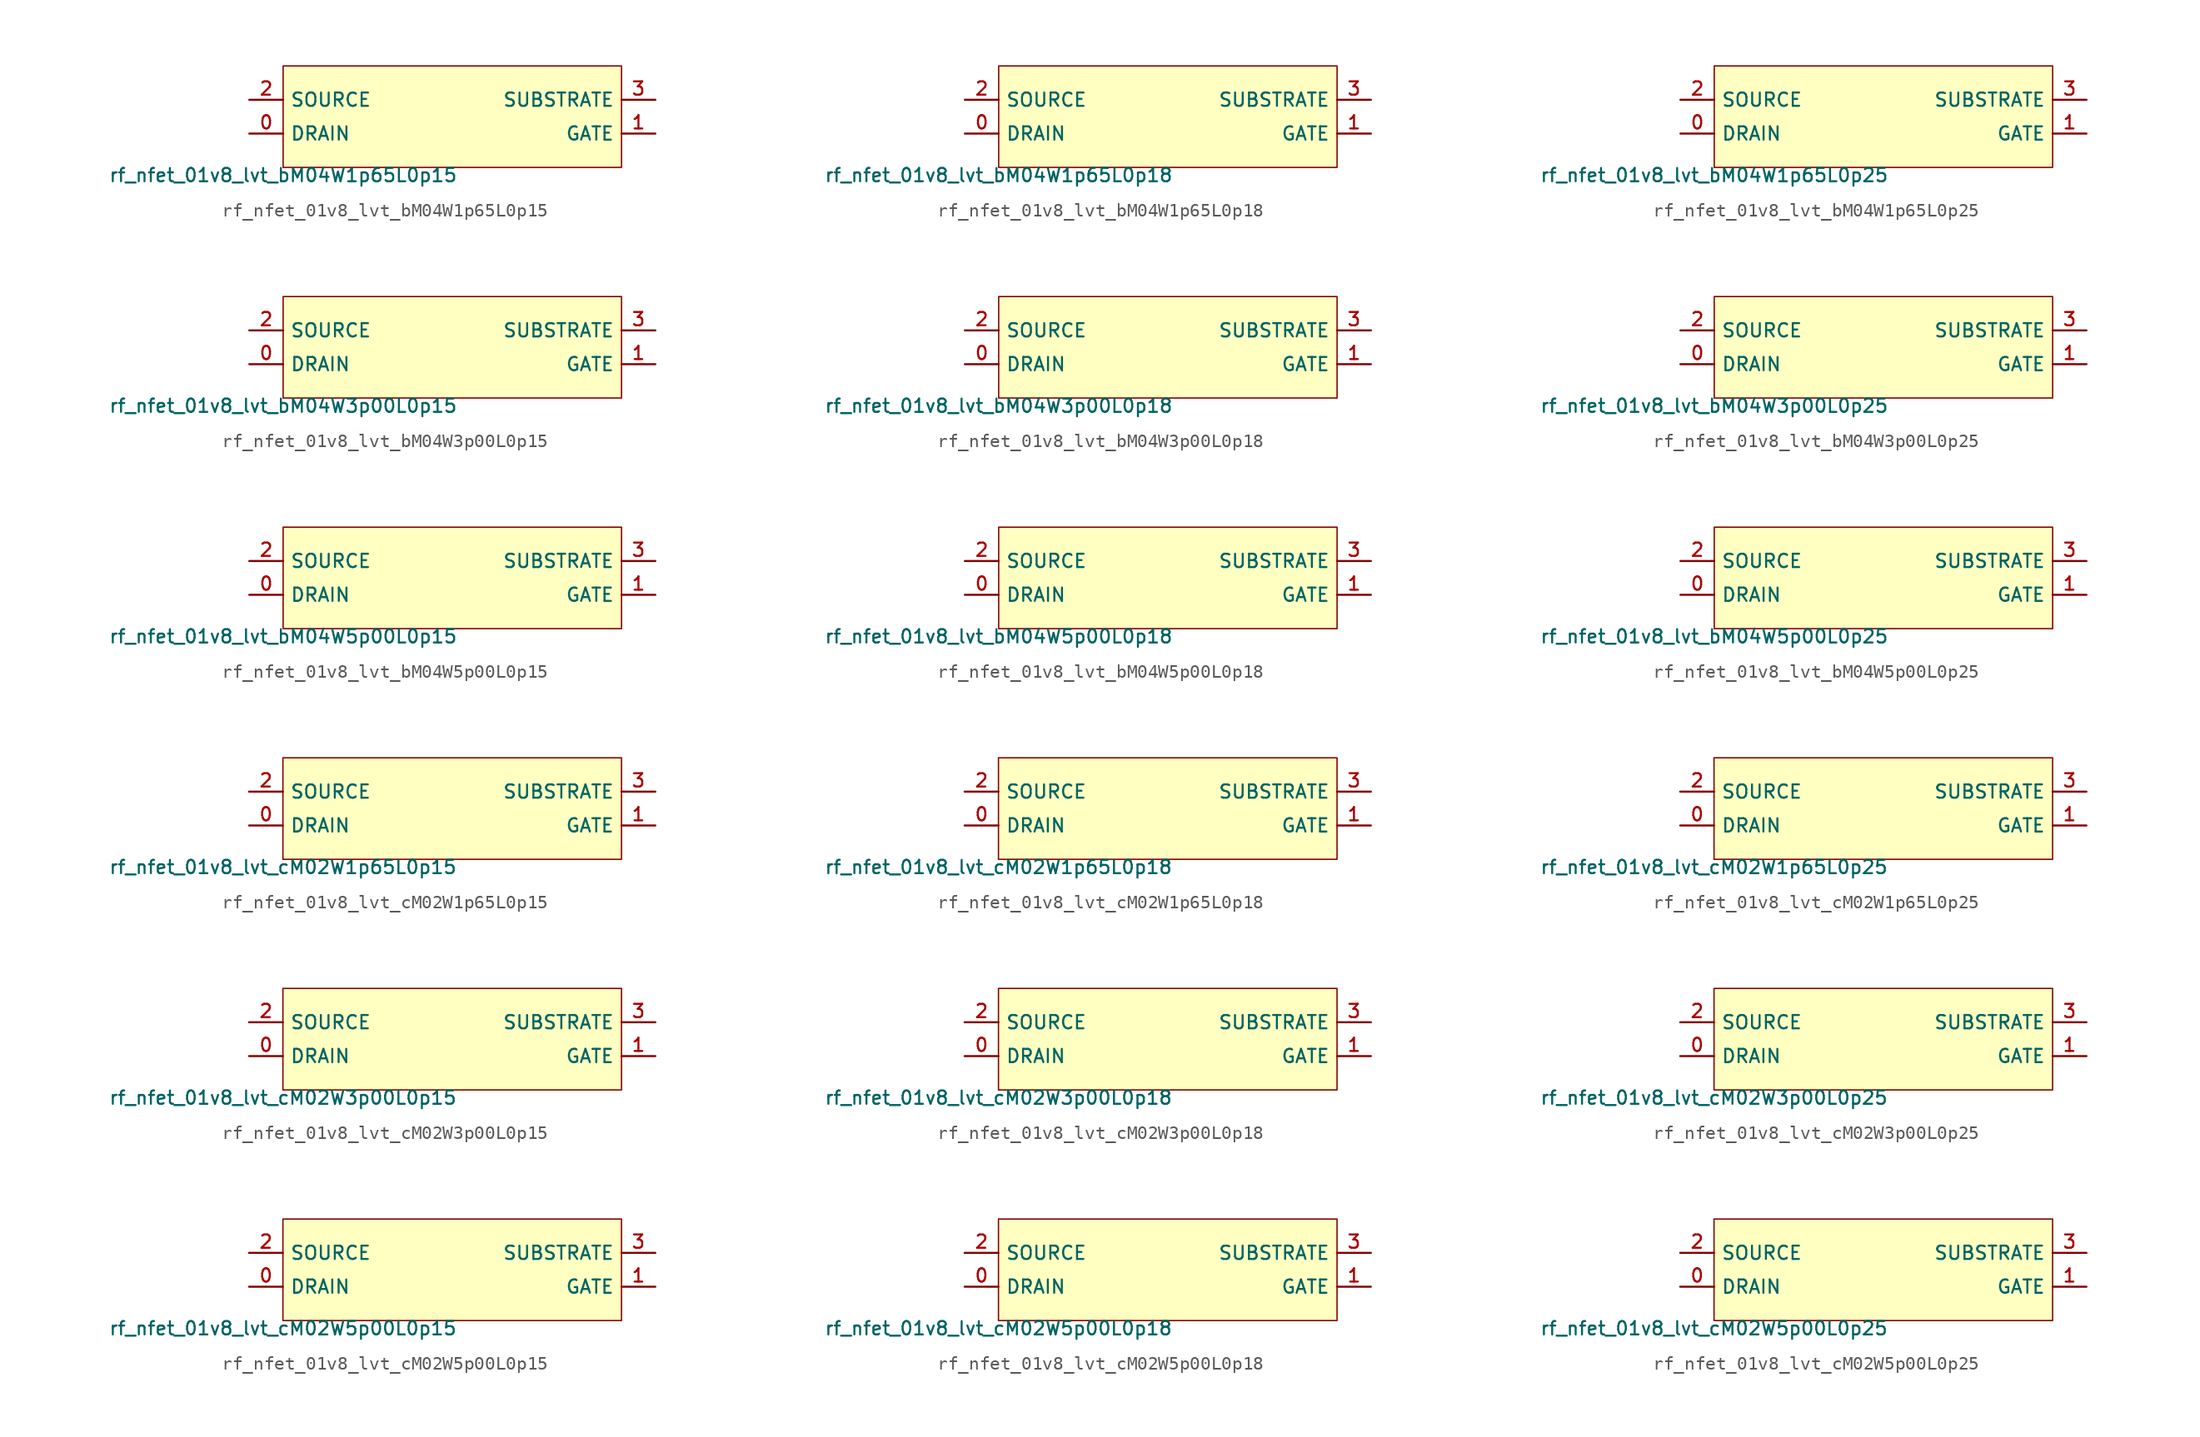
<source format=kicad_sym>
(kicad_symbol_lib
  (version 20211014)
  (generator pdk2kicad)
  (symbol "rf_nfet_01v8_lvt_bM04W1p65L0p15"
    (property "Reference" "X"
      (at 0 0 0)
      (effects (font (size 1 1)) hide))
    (property "Value" "rf_nfet_01v8_lvt_bM04W1p65L0p15"
      (at -12.7 -3.81 0)
      (effects (font (size 1 1)) (justify top)))
    (rectangle
      (start -12.7 -3.81)
      (end 12.7 3.81)
      (stroke (width 0.1) (type solid) (color 0 0 0 0))
      (fill (type background)))
    (pin bidirectional line
      (at -15.24 -1.27 0)
      (length 2.54)
      (name "DRAIN" (effects (font (size 1 1)) hide))
      (number "0" (effects (font (size 1 1)) hide)))
    (pin bidirectional line
      (at 15.24 -1.27 180)
      (length 2.54)
      (name "GATE" (effects (font (size 1 1)) hide))
      (number "1" (effects (font (size 1 1)) hide)))
    (pin bidirectional line
      (at -15.24 1.27 0)
      (length 2.54)
      (name "SOURCE" (effects (font (size 1 1)) hide))
      (number "2" (effects (font (size 1 1)) hide)))
    (pin bidirectional line
      (at 15.24 1.27 180)
      (length 2.54)
      (name "SUBSTRATE" (effects (font (size 1 1)) hide))
      (number "3" (effects (font (size 1 1)) hide))))
  (symbol "rf_nfet_01v8_lvt_bM04W1p65L0p18"
    (property "Reference" "X"
      (at 0 0 0)
      (effects (font (size 1 1)) hide))
    (property "Value" "rf_nfet_01v8_lvt_bM04W1p65L0p18"
      (at -12.7 -3.81 0)
      (effects (font (size 1 1)) (justify top)))
    (rectangle
      (start -12.7 -3.81)
      (end 12.7 3.81)
      (stroke (width 0.1) (type solid) (color 0 0 0 0))
      (fill (type background)))
    (pin bidirectional line
      (at -15.24 -1.27 0)
      (length 2.54)
      (name "DRAIN" (effects (font (size 1 1)) hide))
      (number "0" (effects (font (size 1 1)) hide)))
    (pin bidirectional line
      (at 15.24 -1.27 180)
      (length 2.54)
      (name "GATE" (effects (font (size 1 1)) hide))
      (number "1" (effects (font (size 1 1)) hide)))
    (pin bidirectional line
      (at -15.24 1.27 0)
      (length 2.54)
      (name "SOURCE" (effects (font (size 1 1)) hide))
      (number "2" (effects (font (size 1 1)) hide)))
    (pin bidirectional line
      (at 15.24 1.27 180)
      (length 2.54)
      (name "SUBSTRATE" (effects (font (size 1 1)) hide))
      (number "3" (effects (font (size 1 1)) hide))))
  (symbol "rf_nfet_01v8_lvt_bM04W1p65L0p25"
    (property "Reference" "X"
      (at 0 0 0)
      (effects (font (size 1 1)) hide))
    (property "Value" "rf_nfet_01v8_lvt_bM04W1p65L0p25"
      (at -12.7 -3.81 0)
      (effects (font (size 1 1)) (justify top)))
    (rectangle
      (start -12.7 -3.81)
      (end 12.7 3.81)
      (stroke (width 0.1) (type solid) (color 0 0 0 0))
      (fill (type background)))
    (pin bidirectional line
      (at -15.24 -1.27 0)
      (length 2.54)
      (name "DRAIN" (effects (font (size 1 1)) hide))
      (number "0" (effects (font (size 1 1)) hide)))
    (pin bidirectional line
      (at 15.24 -1.27 180)
      (length 2.54)
      (name "GATE" (effects (font (size 1 1)) hide))
      (number "1" (effects (font (size 1 1)) hide)))
    (pin bidirectional line
      (at -15.24 1.27 0)
      (length 2.54)
      (name "SOURCE" (effects (font (size 1 1)) hide))
      (number "2" (effects (font (size 1 1)) hide)))
    (pin bidirectional line
      (at 15.24 1.27 180)
      (length 2.54)
      (name "SUBSTRATE" (effects (font (size 1 1)) hide))
      (number "3" (effects (font (size 1 1)) hide))))
  (symbol "rf_nfet_01v8_lvt_bM04W3p00L0p15"
    (property "Reference" "X"
      (at 0 0 0)
      (effects (font (size 1 1)) hide))
    (property "Value" "rf_nfet_01v8_lvt_bM04W3p00L0p15"
      (at -12.7 -3.81 0)
      (effects (font (size 1 1)) (justify top)))
    (rectangle
      (start -12.7 -3.81)
      (end 12.7 3.81)
      (stroke (width 0.1) (type solid) (color 0 0 0 0))
      (fill (type background)))
    (pin bidirectional line
      (at -15.24 -1.27 0)
      (length 2.54)
      (name "DRAIN" (effects (font (size 1 1)) hide))
      (number "0" (effects (font (size 1 1)) hide)))
    (pin bidirectional line
      (at 15.24 -1.27 180)
      (length 2.54)
      (name "GATE" (effects (font (size 1 1)) hide))
      (number "1" (effects (font (size 1 1)) hide)))
    (pin bidirectional line
      (at -15.24 1.27 0)
      (length 2.54)
      (name "SOURCE" (effects (font (size 1 1)) hide))
      (number "2" (effects (font (size 1 1)) hide)))
    (pin bidirectional line
      (at 15.24 1.27 180)
      (length 2.54)
      (name "SUBSTRATE" (effects (font (size 1 1)) hide))
      (number "3" (effects (font (size 1 1)) hide))))
  (symbol "rf_nfet_01v8_lvt_bM04W3p00L0p18"
    (property "Reference" "X"
      (at 0 0 0)
      (effects (font (size 1 1)) hide))
    (property "Value" "rf_nfet_01v8_lvt_bM04W3p00L0p18"
      (at -12.7 -3.81 0)
      (effects (font (size 1 1)) (justify top)))
    (rectangle
      (start -12.7 -3.81)
      (end 12.7 3.81)
      (stroke (width 0.1) (type solid) (color 0 0 0 0))
      (fill (type background)))
    (pin bidirectional line
      (at -15.24 -1.27 0)
      (length 2.54)
      (name "DRAIN" (effects (font (size 1 1)) hide))
      (number "0" (effects (font (size 1 1)) hide)))
    (pin bidirectional line
      (at 15.24 -1.27 180)
      (length 2.54)
      (name "GATE" (effects (font (size 1 1)) hide))
      (number "1" (effects (font (size 1 1)) hide)))
    (pin bidirectional line
      (at -15.24 1.27 0)
      (length 2.54)
      (name "SOURCE" (effects (font (size 1 1)) hide))
      (number "2" (effects (font (size 1 1)) hide)))
    (pin bidirectional line
      (at 15.24 1.27 180)
      (length 2.54)
      (name "SUBSTRATE" (effects (font (size 1 1)) hide))
      (number "3" (effects (font (size 1 1)) hide))))
  (symbol "rf_nfet_01v8_lvt_bM04W3p00L0p25"
    (property "Reference" "X"
      (at 0 0 0)
      (effects (font (size 1 1)) hide))
    (property "Value" "rf_nfet_01v8_lvt_bM04W3p00L0p25"
      (at -12.7 -3.81 0)
      (effects (font (size 1 1)) (justify top)))
    (rectangle
      (start -12.7 -3.81)
      (end 12.7 3.81)
      (stroke (width 0.1) (type solid) (color 0 0 0 0))
      (fill (type background)))
    (pin bidirectional line
      (at -15.24 -1.27 0)
      (length 2.54)
      (name "DRAIN" (effects (font (size 1 1)) hide))
      (number "0" (effects (font (size 1 1)) hide)))
    (pin bidirectional line
      (at 15.24 -1.27 180)
      (length 2.54)
      (name "GATE" (effects (font (size 1 1)) hide))
      (number "1" (effects (font (size 1 1)) hide)))
    (pin bidirectional line
      (at -15.24 1.27 0)
      (length 2.54)
      (name "SOURCE" (effects (font (size 1 1)) hide))
      (number "2" (effects (font (size 1 1)) hide)))
    (pin bidirectional line
      (at 15.24 1.27 180)
      (length 2.54)
      (name "SUBSTRATE" (effects (font (size 1 1)) hide))
      (number "3" (effects (font (size 1 1)) hide))))
  (symbol "rf_nfet_01v8_lvt_bM04W5p00L0p15"
    (property "Reference" "X"
      (at 0 0 0)
      (effects (font (size 1 1)) hide))
    (property "Value" "rf_nfet_01v8_lvt_bM04W5p00L0p15"
      (at -12.7 -3.81 0)
      (effects (font (size 1 1)) (justify top)))
    (rectangle
      (start -12.7 -3.81)
      (end 12.7 3.81)
      (stroke (width 0.1) (type solid) (color 0 0 0 0))
      (fill (type background)))
    (pin bidirectional line
      (at -15.24 -1.27 0)
      (length 2.54)
      (name "DRAIN" (effects (font (size 1 1)) hide))
      (number "0" (effects (font (size 1 1)) hide)))
    (pin bidirectional line
      (at 15.24 -1.27 180)
      (length 2.54)
      (name "GATE" (effects (font (size 1 1)) hide))
      (number "1" (effects (font (size 1 1)) hide)))
    (pin bidirectional line
      (at -15.24 1.27 0)
      (length 2.54)
      (name "SOURCE" (effects (font (size 1 1)) hide))
      (number "2" (effects (font (size 1 1)) hide)))
    (pin bidirectional line
      (at 15.24 1.27 180)
      (length 2.54)
      (name "SUBSTRATE" (effects (font (size 1 1)) hide))
      (number "3" (effects (font (size 1 1)) hide))))
  (symbol "rf_nfet_01v8_lvt_bM04W5p00L0p18"
    (property "Reference" "X"
      (at 0 0 0)
      (effects (font (size 1 1)) hide))
    (property "Value" "rf_nfet_01v8_lvt_bM04W5p00L0p18"
      (at -12.7 -3.81 0)
      (effects (font (size 1 1)) (justify top)))
    (rectangle
      (start -12.7 -3.81)
      (end 12.7 3.81)
      (stroke (width 0.1) (type solid) (color 0 0 0 0))
      (fill (type background)))
    (pin bidirectional line
      (at -15.24 -1.27 0)
      (length 2.54)
      (name "DRAIN" (effects (font (size 1 1)) hide))
      (number "0" (effects (font (size 1 1)) hide)))
    (pin bidirectional line
      (at 15.24 -1.27 180)
      (length 2.54)
      (name "GATE" (effects (font (size 1 1)) hide))
      (number "1" (effects (font (size 1 1)) hide)))
    (pin bidirectional line
      (at -15.24 1.27 0)
      (length 2.54)
      (name "SOURCE" (effects (font (size 1 1)) hide))
      (number "2" (effects (font (size 1 1)) hide)))
    (pin bidirectional line
      (at 15.24 1.27 180)
      (length 2.54)
      (name "SUBSTRATE" (effects (font (size 1 1)) hide))
      (number "3" (effects (font (size 1 1)) hide))))
  (symbol "rf_nfet_01v8_lvt_bM04W5p00L0p25"
    (property "Reference" "X"
      (at 0 0 0)
      (effects (font (size 1 1)) hide))
    (property "Value" "rf_nfet_01v8_lvt_bM04W5p00L0p25"
      (at -12.7 -3.81 0)
      (effects (font (size 1 1)) (justify top)))
    (rectangle
      (start -12.7 -3.81)
      (end 12.7 3.81)
      (stroke (width 0.1) (type solid) (color 0 0 0 0))
      (fill (type background)))
    (pin bidirectional line
      (at -15.24 -1.27 0)
      (length 2.54)
      (name "DRAIN" (effects (font (size 1 1)) hide))
      (number "0" (effects (font (size 1 1)) hide)))
    (pin bidirectional line
      (at 15.24 -1.27 180)
      (length 2.54)
      (name "GATE" (effects (font (size 1 1)) hide))
      (number "1" (effects (font (size 1 1)) hide)))
    (pin bidirectional line
      (at -15.24 1.27 0)
      (length 2.54)
      (name "SOURCE" (effects (font (size 1 1)) hide))
      (number "2" (effects (font (size 1 1)) hide)))
    (pin bidirectional line
      (at 15.24 1.27 180)
      (length 2.54)
      (name "SUBSTRATE" (effects (font (size 1 1)) hide))
      (number "3" (effects (font (size 1 1)) hide))))
  (symbol "rf_nfet_01v8_lvt_cM02W1p65L0p15"
    (property "Reference" "X"
      (at 0 0 0)
      (effects (font (size 1 1)) hide))
    (property "Value" "rf_nfet_01v8_lvt_cM02W1p65L0p15"
      (at -12.7 -3.81 0)
      (effects (font (size 1 1)) (justify top)))
    (rectangle
      (start -12.7 -3.81)
      (end 12.7 3.81)
      (stroke (width 0.1) (type solid) (color 0 0 0 0))
      (fill (type background)))
    (pin bidirectional line
      (at -15.24 -1.27 0)
      (length 2.54)
      (name "DRAIN" (effects (font (size 1 1)) hide))
      (number "0" (effects (font (size 1 1)) hide)))
    (pin bidirectional line
      (at 15.24 -1.27 180)
      (length 2.54)
      (name "GATE" (effects (font (size 1 1)) hide))
      (number "1" (effects (font (size 1 1)) hide)))
    (pin bidirectional line
      (at -15.24 1.27 0)
      (length 2.54)
      (name "SOURCE" (effects (font (size 1 1)) hide))
      (number "2" (effects (font (size 1 1)) hide)))
    (pin bidirectional line
      (at 15.24 1.27 180)
      (length 2.54)
      (name "SUBSTRATE" (effects (font (size 1 1)) hide))
      (number "3" (effects (font (size 1 1)) hide))))
  (symbol "rf_nfet_01v8_lvt_cM02W1p65L0p18"
    (property "Reference" "X"
      (at 0 0 0)
      (effects (font (size 1 1)) hide))
    (property "Value" "rf_nfet_01v8_lvt_cM02W1p65L0p18"
      (at -12.7 -3.81 0)
      (effects (font (size 1 1)) (justify top)))
    (rectangle
      (start -12.7 -3.81)
      (end 12.7 3.81)
      (stroke (width 0.1) (type solid) (color 0 0 0 0))
      (fill (type background)))
    (pin bidirectional line
      (at -15.24 -1.27 0)
      (length 2.54)
      (name "DRAIN" (effects (font (size 1 1)) hide))
      (number "0" (effects (font (size 1 1)) hide)))
    (pin bidirectional line
      (at 15.24 -1.27 180)
      (length 2.54)
      (name "GATE" (effects (font (size 1 1)) hide))
      (number "1" (effects (font (size 1 1)) hide)))
    (pin bidirectional line
      (at -15.24 1.27 0)
      (length 2.54)
      (name "SOURCE" (effects (font (size 1 1)) hide))
      (number "2" (effects (font (size 1 1)) hide)))
    (pin bidirectional line
      (at 15.24 1.27 180)
      (length 2.54)
      (name "SUBSTRATE" (effects (font (size 1 1)) hide))
      (number "3" (effects (font (size 1 1)) hide))))
  (symbol "rf_nfet_01v8_lvt_cM02W1p65L0p25"
    (property "Reference" "X"
      (at 0 0 0)
      (effects (font (size 1 1)) hide))
    (property "Value" "rf_nfet_01v8_lvt_cM02W1p65L0p25"
      (at -12.7 -3.81 0)
      (effects (font (size 1 1)) (justify top)))
    (rectangle
      (start -12.7 -3.81)
      (end 12.7 3.81)
      (stroke (width 0.1) (type solid) (color 0 0 0 0))
      (fill (type background)))
    (pin bidirectional line
      (at -15.24 -1.27 0)
      (length 2.54)
      (name "DRAIN" (effects (font (size 1 1)) hide))
      (number "0" (effects (font (size 1 1)) hide)))
    (pin bidirectional line
      (at 15.24 -1.27 180)
      (length 2.54)
      (name "GATE" (effects (font (size 1 1)) hide))
      (number "1" (effects (font (size 1 1)) hide)))
    (pin bidirectional line
      (at -15.24 1.27 0)
      (length 2.54)
      (name "SOURCE" (effects (font (size 1 1)) hide))
      (number "2" (effects (font (size 1 1)) hide)))
    (pin bidirectional line
      (at 15.24 1.27 180)
      (length 2.54)
      (name "SUBSTRATE" (effects (font (size 1 1)) hide))
      (number "3" (effects (font (size 1 1)) hide))))
  (symbol "rf_nfet_01v8_lvt_cM02W3p00L0p15"
    (property "Reference" "X"
      (at 0 0 0)
      (effects (font (size 1 1)) hide))
    (property "Value" "rf_nfet_01v8_lvt_cM02W3p00L0p15"
      (at -12.7 -3.81 0)
      (effects (font (size 1 1)) (justify top)))
    (rectangle
      (start -12.7 -3.81)
      (end 12.7 3.81)
      (stroke (width 0.1) (type solid) (color 0 0 0 0))
      (fill (type background)))
    (pin bidirectional line
      (at -15.24 -1.27 0)
      (length 2.54)
      (name "DRAIN" (effects (font (size 1 1)) hide))
      (number "0" (effects (font (size 1 1)) hide)))
    (pin bidirectional line
      (at 15.24 -1.27 180)
      (length 2.54)
      (name "GATE" (effects (font (size 1 1)) hide))
      (number "1" (effects (font (size 1 1)) hide)))
    (pin bidirectional line
      (at -15.24 1.27 0)
      (length 2.54)
      (name "SOURCE" (effects (font (size 1 1)) hide))
      (number "2" (effects (font (size 1 1)) hide)))
    (pin bidirectional line
      (at 15.24 1.27 180)
      (length 2.54)
      (name "SUBSTRATE" (effects (font (size 1 1)) hide))
      (number "3" (effects (font (size 1 1)) hide))))
  (symbol "rf_nfet_01v8_lvt_cM02W3p00L0p18"
    (property "Reference" "X"
      (at 0 0 0)
      (effects (font (size 1 1)) hide))
    (property "Value" "rf_nfet_01v8_lvt_cM02W3p00L0p18"
      (at -12.7 -3.81 0)
      (effects (font (size 1 1)) (justify top)))
    (rectangle
      (start -12.7 -3.81)
      (end 12.7 3.81)
      (stroke (width 0.1) (type solid) (color 0 0 0 0))
      (fill (type background)))
    (pin bidirectional line
      (at -15.24 -1.27 0)
      (length 2.54)
      (name "DRAIN" (effects (font (size 1 1)) hide))
      (number "0" (effects (font (size 1 1)) hide)))
    (pin bidirectional line
      (at 15.24 -1.27 180)
      (length 2.54)
      (name "GATE" (effects (font (size 1 1)) hide))
      (number "1" (effects (font (size 1 1)) hide)))
    (pin bidirectional line
      (at -15.24 1.27 0)
      (length 2.54)
      (name "SOURCE" (effects (font (size 1 1)) hide))
      (number "2" (effects (font (size 1 1)) hide)))
    (pin bidirectional line
      (at 15.24 1.27 180)
      (length 2.54)
      (name "SUBSTRATE" (effects (font (size 1 1)) hide))
      (number "3" (effects (font (size 1 1)) hide))))
  (symbol "rf_nfet_01v8_lvt_cM02W3p00L0p25"
    (property "Reference" "X"
      (at 0 0 0)
      (effects (font (size 1 1)) hide))
    (property "Value" "rf_nfet_01v8_lvt_cM02W3p00L0p25"
      (at -12.7 -3.81 0)
      (effects (font (size 1 1)) (justify top)))
    (rectangle
      (start -12.7 -3.81)
      (end 12.7 3.81)
      (stroke (width 0.1) (type solid) (color 0 0 0 0))
      (fill (type background)))
    (pin bidirectional line
      (at -15.24 -1.27 0)
      (length 2.54)
      (name "DRAIN" (effects (font (size 1 1)) hide))
      (number "0" (effects (font (size 1 1)) hide)))
    (pin bidirectional line
      (at 15.24 -1.27 180)
      (length 2.54)
      (name "GATE" (effects (font (size 1 1)) hide))
      (number "1" (effects (font (size 1 1)) hide)))
    (pin bidirectional line
      (at -15.24 1.27 0)
      (length 2.54)
      (name "SOURCE" (effects (font (size 1 1)) hide))
      (number "2" (effects (font (size 1 1)) hide)))
    (pin bidirectional line
      (at 15.24 1.27 180)
      (length 2.54)
      (name "SUBSTRATE" (effects (font (size 1 1)) hide))
      (number "3" (effects (font (size 1 1)) hide))))
  (symbol "rf_nfet_01v8_lvt_cM02W5p00L0p15"
    (property "Reference" "X"
      (at 0 0 0)
      (effects (font (size 1 1)) hide))
    (property "Value" "rf_nfet_01v8_lvt_cM02W5p00L0p15"
      (at -12.7 -3.81 0)
      (effects (font (size 1 1)) (justify top)))
    (rectangle
      (start -12.7 -3.81)
      (end 12.7 3.81)
      (stroke (width 0.1) (type solid) (color 0 0 0 0))
      (fill (type background)))
    (pin bidirectional line
      (at -15.24 -1.27 0)
      (length 2.54)
      (name "DRAIN" (effects (font (size 1 1)) hide))
      (number "0" (effects (font (size 1 1)) hide)))
    (pin bidirectional line
      (at 15.24 -1.27 180)
      (length 2.54)
      (name "GATE" (effects (font (size 1 1)) hide))
      (number "1" (effects (font (size 1 1)) hide)))
    (pin bidirectional line
      (at -15.24 1.27 0)
      (length 2.54)
      (name "SOURCE" (effects (font (size 1 1)) hide))
      (number "2" (effects (font (size 1 1)) hide)))
    (pin bidirectional line
      (at 15.24 1.27 180)
      (length 2.54)
      (name "SUBSTRATE" (effects (font (size 1 1)) hide))
      (number "3" (effects (font (size 1 1)) hide))))
  (symbol "rf_nfet_01v8_lvt_cM02W5p00L0p18"
    (property "Reference" "X"
      (at 0 0 0)
      (effects (font (size 1 1)) hide))
    (property "Value" "rf_nfet_01v8_lvt_cM02W5p00L0p18"
      (at -12.7 -3.81 0)
      (effects (font (size 1 1)) (justify top)))
    (rectangle
      (start -12.7 -3.81)
      (end 12.7 3.81)
      (stroke (width 0.1) (type solid) (color 0 0 0 0))
      (fill (type background)))
    (pin bidirectional line
      (at -15.24 -1.27 0)
      (length 2.54)
      (name "DRAIN" (effects (font (size 1 1)) hide))
      (number "0" (effects (font (size 1 1)) hide)))
    (pin bidirectional line
      (at 15.24 -1.27 180)
      (length 2.54)
      (name "GATE" (effects (font (size 1 1)) hide))
      (number "1" (effects (font (size 1 1)) hide)))
    (pin bidirectional line
      (at -15.24 1.27 0)
      (length 2.54)
      (name "SOURCE" (effects (font (size 1 1)) hide))
      (number "2" (effects (font (size 1 1)) hide)))
    (pin bidirectional line
      (at 15.24 1.27 180)
      (length 2.54)
      (name "SUBSTRATE" (effects (font (size 1 1)) hide))
      (number "3" (effects (font (size 1 1)) hide))))
  (symbol "rf_nfet_01v8_lvt_cM02W5p00L0p25"
    (property "Reference" "X"
      (at 0 0 0)
      (effects (font (size 1 1)) hide))
    (property "Value" "rf_nfet_01v8_lvt_cM02W5p00L0p25"
      (at -12.7 -3.81 0)
      (effects (font (size 1 1)) (justify top)))
    (rectangle
      (start -12.7 -3.81)
      (end 12.7 3.81)
      (stroke (width 0.1) (type solid) (color 0 0 0 0))
      (fill (type background)))
    (pin bidirectional line
      (at -15.24 -1.27 0)
      (length 2.54)
      (name "DRAIN" (effects (font (size 1 1)) hide))
      (number "0" (effects (font (size 1 1)) hide)))
    (pin bidirectional line
      (at 15.24 -1.27 180)
      (length 2.54)
      (name "GATE" (effects (font (size 1 1)) hide))
      (number "1" (effects (font (size 1 1)) hide)))
    (pin bidirectional line
      (at -15.24 1.27 0)
      (length 2.54)
      (name "SOURCE" (effects (font (size 1 1)) hide))
      (number "2" (effects (font (size 1 1)) hide)))
    (pin bidirectional line
      (at 15.24 1.27 180)
      (length 2.54)
      (name "SUBSTRATE" (effects (font (size 1 1)) hide))
      (number "3" (effects (font (size 1 1)) hide)))))
</source>
